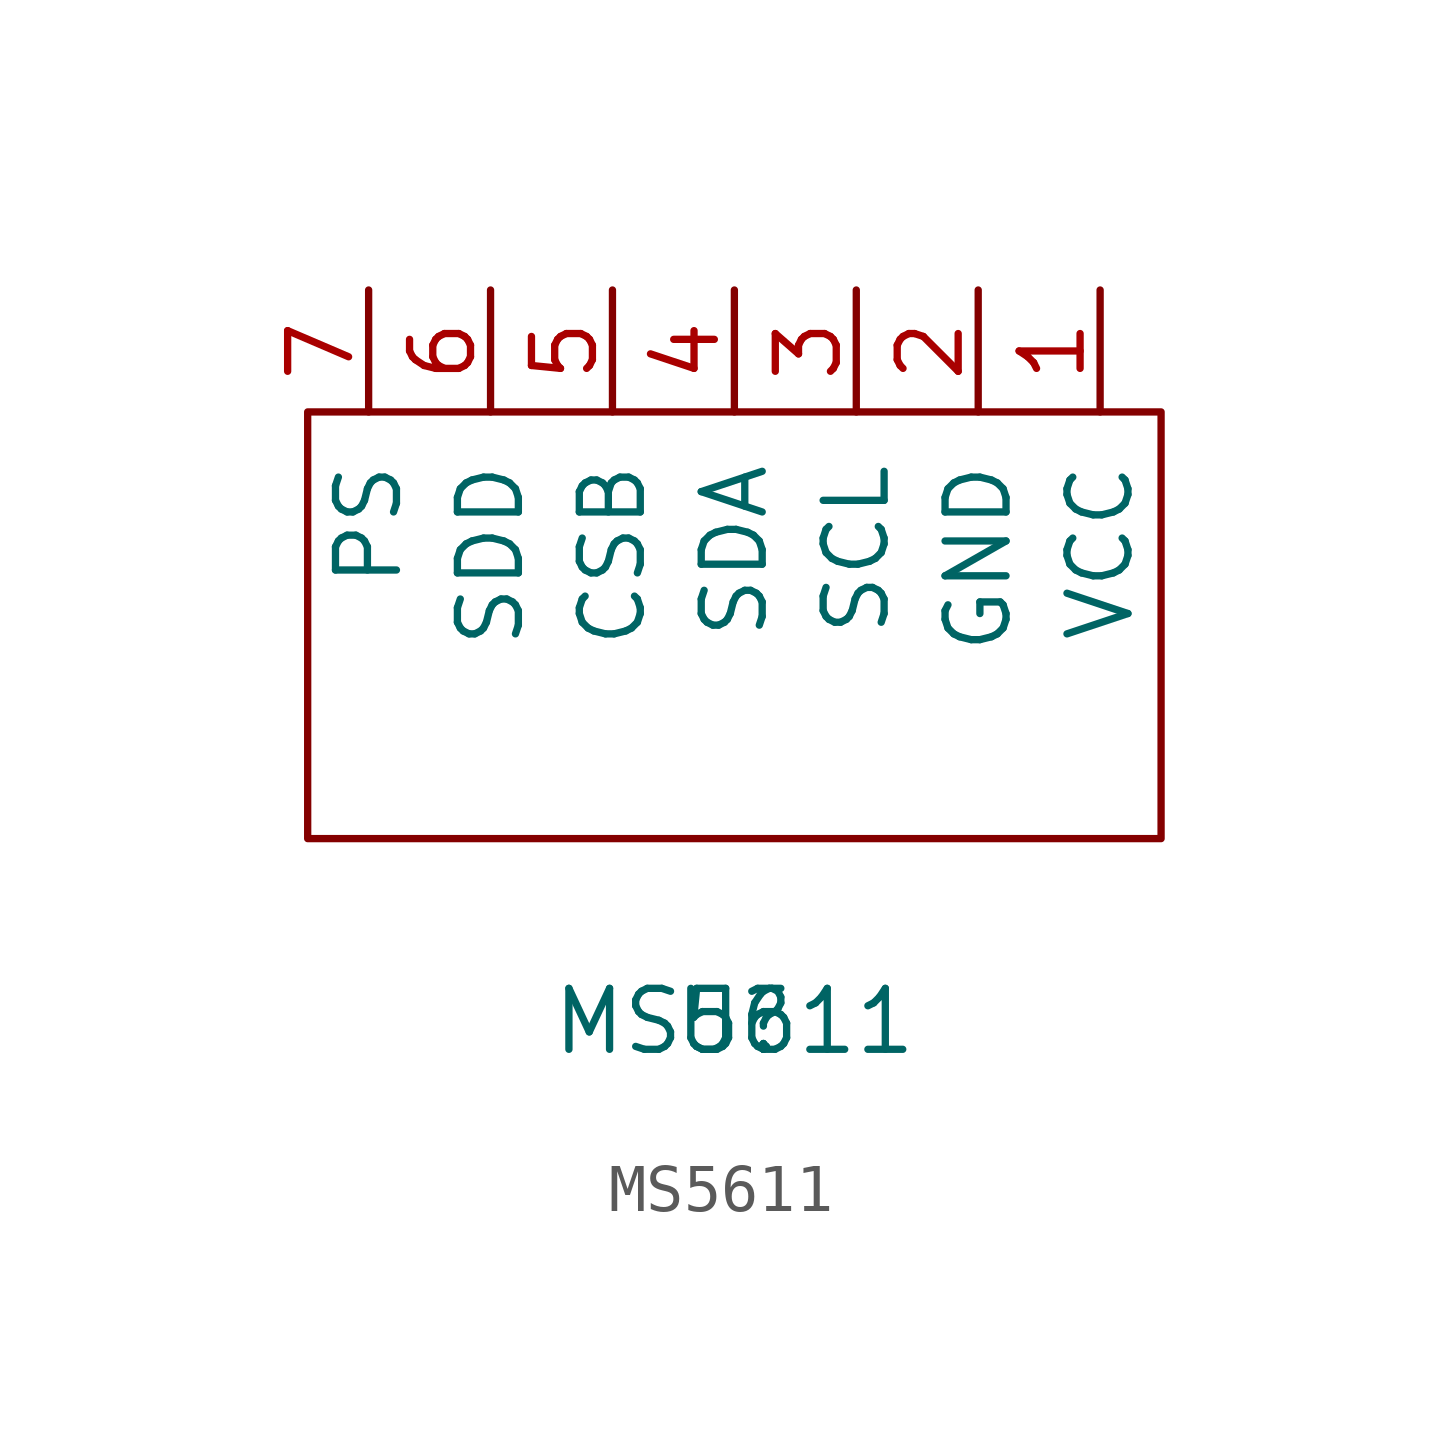
<source format=kicad_sym>
(kicad_symbol_lib
  (version 20211014)
  (generator kicad_symbol_editor)
  (symbol "MS5611"
    (pin_names
      (offset 1.016))
    (property "Reference" "U"
      (at 0 0 0)
      (effects (font (size 1.27 1.27))))
    (property "Value" "MS5611"
      (at 0 0 0)
      (effects (font (size 1.27 1.27))))
    (symbol "MS5611_0_1"
      (rectangle (start -8.89 12.7) (end 8.89 3.81) (stroke (width 0) (type default) (color 0 0 0 0)) (fill (type none))))
    (symbol "MS5611_1_1"
      (pin input line (at 7.62 15.24 270) (length 2.54) (name "VCC" (effects (font (size 1.27 1.27)))) (number "1" (effects (font (size 1.27 1.27)))))
      (pin input line (at 5.08 15.24 270) (length 2.54) (name "GND" (effects (font (size 1.27 1.27)))) (number "2" (effects (font (size 1.27 1.27)))))
      (pin input line (at 2.54 15.24 270) (length 2.54) (name "SCL" (effects (font (size 1.27 1.27)))) (number "3" (effects (font (size 1.27 1.27)))))
      (pin input line (at 0 15.24 270) (length 2.54) (name "SDA" (effects (font (size 1.27 1.27)))) (number "4" (effects (font (size 1.27 1.27)))))
      (pin input line (at -2.54 15.24 270) (length 2.54) (name "CSB" (effects (font (size 1.27 1.27)))) (number "5" (effects (font (size 1.27 1.27)))))
      (pin input line (at -5.08 15.24 270) (length 2.54) (name "SDD" (effects (font (size 1.27 1.27)))) (number "6" (effects (font (size 1.27 1.27)))))
      (pin input line (at -7.62 15.24 270) (length 2.54) (name "PS" (effects (font (size 1.27 1.27)))) (number "7" (effects (font (size 1.27 1.27))))))))
</source>
